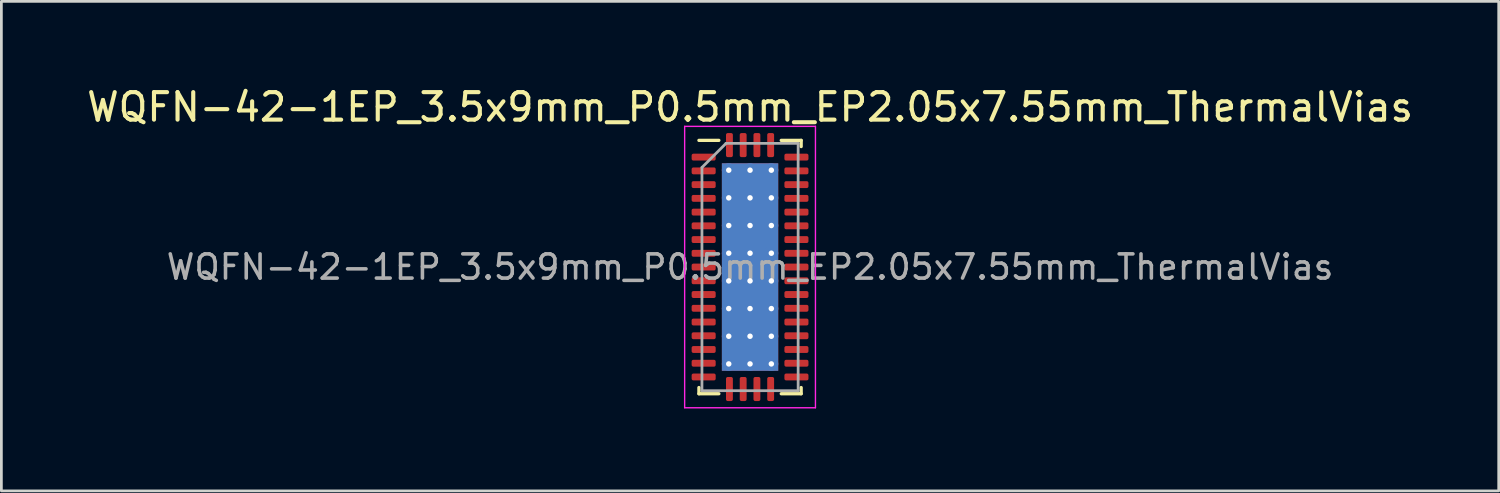
<source format=kicad_pcb>
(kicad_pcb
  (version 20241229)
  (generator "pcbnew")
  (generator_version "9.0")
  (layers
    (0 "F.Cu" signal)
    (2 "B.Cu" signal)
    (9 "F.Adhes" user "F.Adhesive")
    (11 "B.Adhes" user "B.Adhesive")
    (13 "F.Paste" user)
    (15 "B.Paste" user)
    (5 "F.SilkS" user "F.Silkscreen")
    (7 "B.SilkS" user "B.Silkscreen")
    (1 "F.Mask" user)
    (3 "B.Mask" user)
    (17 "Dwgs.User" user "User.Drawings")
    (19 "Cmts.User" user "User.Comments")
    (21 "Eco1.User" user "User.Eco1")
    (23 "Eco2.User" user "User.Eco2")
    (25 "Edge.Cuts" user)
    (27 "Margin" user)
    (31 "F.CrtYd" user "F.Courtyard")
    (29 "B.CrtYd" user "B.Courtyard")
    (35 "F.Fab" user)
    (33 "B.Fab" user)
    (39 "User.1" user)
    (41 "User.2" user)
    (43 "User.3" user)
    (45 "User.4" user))
  (footprint "WQFN-42-1EP_3.5x9mm_P0.5mm_EP2.05x7.55mm_ThermalVias"
    (layer "F.Cu")
    (at 24.244 6.668)
    (property "Reference" "WQFN-42-1EP_3.5x9mm_P0.5mm_EP2.05x7.55mm_ThermalVias" (at 0 -5.82 0) (layer "F.SilkS") (effects (font (size 1 1) (thickness 0.15))))
    (attr smd)
    (fp_line (start -1.86 4.61) (end -1.86 4.385) (stroke (width 0.12) (type solid)) (layer "F.SilkS"))
    (fp_line (start -1.135 -4.61) (end -1.86 -4.61) (stroke (width 0.12) (type solid)) (layer "F.SilkS"))
    (fp_line (start -1.135 4.61) (end -1.86 4.61) (stroke (width 0.12) (type solid)) (layer "F.SilkS"))
    (fp_line (start 1.135 -4.61) (end 1.86 -4.61) (stroke (width 0.12) (type solid)) (layer "F.SilkS"))
    (fp_line (start 1.135 4.61) (end 1.86 4.61) (stroke (width 0.12) (type solid)) (layer "F.SilkS"))
    (fp_line (start 1.86 -4.61) (end 1.86 -4.385) (stroke (width 0.12) (type solid)) (layer "F.SilkS"))
    (fp_line (start 1.86 4.61) (end 1.86 4.385) (stroke (width 0.12) (type solid)) (layer "F.SilkS"))
    (fp_line (start -2.38 -5.12) (end -2.38 5.12) (stroke (width 0.05) (type solid)) (layer "F.CrtYd"))
    (fp_line (start -2.38 5.12) (end 2.38 5.12) (stroke (width 0.05) (type solid)) (layer "F.CrtYd"))
    (fp_line (start 2.38 -5.12) (end -2.38 -5.12) (stroke (width 0.05) (type solid)) (layer "F.CrtYd"))
    (fp_line (start 2.38 5.12) (end 2.38 -5.12) (stroke (width 0.05) (type solid)) (layer "F.CrtYd"))
    (fp_line (start -1.75 -3.625) (end -0.875 -4.5) (stroke (width 0.1) (type solid)) (layer "F.Fab"))
    (fp_line (start -1.75 4.5) (end -1.75 -3.625) (stroke (width 0.1) (type solid)) (layer "F.Fab"))
    (fp_line (start -0.875 -4.5) (end 1.75 -4.5) (stroke (width 0.1) (type solid)) (layer "F.Fab"))
    (fp_line (start 1.75 -4.5) (end 1.75 4.5) (stroke (width 0.1) (type solid)) (layer "F.Fab"))
    (fp_line (start 1.75 4.5) (end -1.75 4.5) (stroke (width 0.1) (type solid)) (layer "F.Fab"))
    (fp_text user "${REFERENCE}" (at 0 0 0) (layer "F.Fab") (effects (font (size 0.88 0.88) (thickness 0.13))))
    (pad "" smd roundrect (at -0.51 -3.24) (size 0.83 0.87) (layers "F.Paste") (roundrect_rratio 0.25))
    (pad "" smd roundrect (at -0.51 -2.16) (size 0.83 0.87) (layers "F.Paste") (roundrect_rratio 0.25))
    (pad "" smd roundrect (at -0.51 -1.08) (size 0.83 0.87) (layers "F.Paste") (roundrect_rratio 0.25))
    (pad "" smd roundrect (at -0.51 0) (size 0.83 0.87) (layers "F.Paste") (roundrect_rratio 0.25))
    (pad "" smd roundrect (at -0.51 1.08) (size 0.83 0.87) (layers "F.Paste") (roundrect_rratio 0.25))
    (pad "" smd roundrect (at -0.51 2.16) (size 0.83 0.87) (layers "F.Paste") (roundrect_rratio 0.25))
    (pad "" smd roundrect (at -0.51 3.24) (size 0.83 0.87) (layers "F.Paste") (roundrect_rratio 0.25))
    (pad "" smd roundrect (at 0.51 -3.24) (size 0.83 0.87) (layers "F.Paste") (roundrect_rratio 0.25))
    (pad "" smd roundrect (at 0.51 -2.16) (size 0.83 0.87) (layers "F.Paste") (roundrect_rratio 0.25))
    (pad "" smd roundrect (at 0.51 -1.08) (size 0.83 0.87) (layers "F.Paste") (roundrect_rratio 0.25))
    (pad "" smd roundrect (at 0.51 0) (size 0.83 0.87) (layers "F.Paste") (roundrect_rratio 0.25))
    (pad "" smd roundrect (at 0.51 1.08) (size 0.83 0.87) (layers "F.Paste") (roundrect_rratio 0.25))
    (pad "" smd roundrect (at 0.51 2.16) (size 0.83 0.87) (layers "F.Paste") (roundrect_rratio 0.25))
    (pad "" smd roundrect (at 0.51 3.24) (size 0.83 0.87) (layers "F.Paste") (roundrect_rratio 0.25))
    (pad "1" smd roundrect (at -1.688 -4) (size 0.875 0.25) (layers "F.Cu" "F.Mask" "F.Paste") (roundrect_rratio 0.25))
    (pad "2" smd roundrect (at -1.688 -3.5) (size 0.875 0.25) (layers "F.Cu" "F.Mask" "F.Paste") (roundrect_rratio 0.25))
    (pad "3" smd roundrect (at -1.688 -3) (size 0.875 0.25) (layers "F.Cu" "F.Mask" "F.Paste") (roundrect_rratio 0.25))
    (pad "4" smd roundrect (at -1.688 -2.5) (size 0.875 0.25) (layers "F.Cu" "F.Mask" "F.Paste") (roundrect_rratio 0.25))
    (pad "5" smd roundrect (at -1.688 -2) (size 0.875 0.25) (layers "F.Cu" "F.Mask" "F.Paste") (roundrect_rratio 0.25))
    (pad "6" smd roundrect (at -1.688 -1.5) (size 0.875 0.25) (layers "F.Cu" "F.Mask" "F.Paste") (roundrect_rratio 0.25))
    (pad "7" smd roundrect (at -1.688 -1) (size 0.875 0.25) (layers "F.Cu" "F.Mask" "F.Paste") (roundrect_rratio 0.25))
    (pad "8" smd roundrect (at -1.688 -0.5) (size 0.875 0.25) (layers "F.Cu" "F.Mask" "F.Paste") (roundrect_rratio 0.25))
    (pad "9" smd roundrect (at -1.688 0) (size 0.875 0.25) (layers "F.Cu" "F.Mask" "F.Paste") (roundrect_rratio 0.25))
    (pad "10" smd roundrect (at -1.688 0.5) (size 0.875 0.25) (layers "F.Cu" "F.Mask" "F.Paste") (roundrect_rratio 0.25))
    (pad "11" smd roundrect (at -1.688 1) (size 0.875 0.25) (layers "F.Cu" "F.Mask" "F.Paste") (roundrect_rratio 0.25))
    (pad "12" smd roundrect (at -1.688 1.5) (size 0.875 0.25) (layers "F.Cu" "F.Mask" "F.Paste") (roundrect_rratio 0.25))
    (pad "13" smd roundrect (at -1.688 2) (size 0.875 0.25) (layers "F.Cu" "F.Mask" "F.Paste") (roundrect_rratio 0.25))
    (pad "14" smd roundrect (at -1.688 2.5) (size 0.875 0.25) (layers "F.Cu" "F.Mask" "F.Paste") (roundrect_rratio 0.25))
    (pad "15" smd roundrect (at -1.688 3) (size 0.875 0.25) (layers "F.Cu" "F.Mask" "F.Paste") (roundrect_rratio 0.25))
    (pad "16" smd roundrect (at -1.688 3.5) (size 0.875 0.25) (layers "F.Cu" "F.Mask" "F.Paste") (roundrect_rratio 0.25))
    (pad "17" smd roundrect (at -1.688 4) (size 0.875 0.25) (layers "F.Cu" "F.Mask" "F.Paste") (roundrect_rratio 0.25))
    (pad "18" smd roundrect (at -0.75 4.438) (size 0.25 0.875) (layers "F.Cu" "F.Mask" "F.Paste") (roundrect_rratio 0.25))
    (pad "19" smd roundrect (at -0.25 4.438) (size 0.25 0.875) (layers "F.Cu" "F.Mask" "F.Paste") (roundrect_rratio 0.25))
    (pad "20" smd roundrect (at 0.25 4.438) (size 0.25 0.875) (layers "F.Cu" "F.Mask" "F.Paste") (roundrect_rratio 0.25))
    (pad "21" smd roundrect (at 0.75 4.438) (size 0.25 0.875) (layers "F.Cu" "F.Mask" "F.Paste") (roundrect_rratio 0.25))
    (pad "22" smd roundrect (at 1.688 4) (size 0.875 0.25) (layers "F.Cu" "F.Mask" "F.Paste") (roundrect_rratio 0.25))
    (pad "23" smd roundrect (at 1.688 3.5) (size 0.875 0.25) (layers "F.Cu" "F.Mask" "F.Paste") (roundrect_rratio 0.25))
    (pad "24" smd roundrect (at 1.688 3) (size 0.875 0.25) (layers "F.Cu" "F.Mask" "F.Paste") (roundrect_rratio 0.25))
    (pad "25" smd roundrect (at 1.688 2.5) (size 0.875 0.25) (layers "F.Cu" "F.Mask" "F.Paste") (roundrect_rratio 0.25))
    (pad "26" smd roundrect (at 1.688 2) (size 0.875 0.25) (layers "F.Cu" "F.Mask" "F.Paste") (roundrect_rratio 0.25))
    (pad "27" smd roundrect (at 1.688 1.5) (size 0.875 0.25) (layers "F.Cu" "F.Mask" "F.Paste") (roundrect_rratio 0.25))
    (pad "28" smd roundrect (at 1.688 1) (size 0.875 0.25) (layers "F.Cu" "F.Mask" "F.Paste") (roundrect_rratio 0.25))
    (pad "29" smd roundrect (at 1.688 0.5) (size 0.875 0.25) (layers "F.Cu" "F.Mask" "F.Paste") (roundrect_rratio 0.25))
    (pad "30" smd roundrect (at 1.688 0) (size 0.875 0.25) (layers "F.Cu" "F.Mask" "F.Paste") (roundrect_rratio 0.25))
    (pad "31" smd roundrect (at 1.688 -0.5) (size 0.875 0.25) (layers "F.Cu" "F.Mask" "F.Paste") (roundrect_rratio 0.25))
    (pad "32" smd roundrect (at 1.688 -1) (size 0.875 0.25) (layers "F.Cu" "F.Mask" "F.Paste") (roundrect_rratio 0.25))
    (pad "33" smd roundrect (at 1.688 -1.5) (size 0.875 0.25) (layers "F.Cu" "F.Mask" "F.Paste") (roundrect_rratio 0.25))
    (pad "34" smd roundrect (at 1.688 -2) (size 0.875 0.25) (layers "F.Cu" "F.Mask" "F.Paste") (roundrect_rratio 0.25))
    (pad "35" smd roundrect (at 1.688 -2.5) (size 0.875 0.25) (layers "F.Cu" "F.Mask" "F.Paste") (roundrect_rratio 0.25))
    (pad "36" smd roundrect (at 1.688 -3) (size 0.875 0.25) (layers "F.Cu" "F.Mask" "F.Paste") (roundrect_rratio 0.25))
    (pad "37" smd roundrect (at 1.688 -3.5) (size 0.875 0.25) (layers "F.Cu" "F.Mask" "F.Paste") (roundrect_rratio 0.25))
    (pad "38" smd roundrect (at 1.688 -4) (size 0.875 0.25) (layers "F.Cu" "F.Mask" "F.Paste") (roundrect_rratio 0.25))
    (pad "39" smd roundrect (at 0.75 -4.438) (size 0.25 0.875) (layers "F.Cu" "F.Mask" "F.Paste") (roundrect_rratio 0.25))
    (pad "40" smd roundrect (at 0.25 -4.438) (size 0.25 0.875) (layers "F.Cu" "F.Mask" "F.Paste") (roundrect_rratio 0.25))
    (pad "41" smd roundrect (at -0.25 -4.438) (size 0.25 0.875) (layers "F.Cu" "F.Mask" "F.Paste") (roundrect_rratio 0.25))
    (pad "42" smd roundrect (at -0.75 -4.438) (size 0.25 0.875) (layers "F.Cu" "F.Mask" "F.Paste") (roundrect_rratio 0.25))
    (pad "43" thru_hole circle (at -0.775 -3.525) (size 0.5 0.5) (drill 0.2) (layers "*.Cu"))
    (pad "43" thru_hole circle (at -0.775 -2.518) (size 0.5 0.5) (drill 0.2) (layers "*.Cu"))
    (pad "43" thru_hole circle (at -0.775 -1.511) (size 0.5 0.5) (drill 0.2) (layers "*.Cu"))
    (pad "43" thru_hole circle (at -0.775 -0.504) (size 0.5 0.5) (drill 0.2) (layers "*.Cu"))
    (pad "43" thru_hole circle (at -0.775 0.504) (size 0.5 0.5) (drill 0.2) (layers "*.Cu"))
    (pad "43" thru_hole circle (at -0.775 1.511) (size 0.5 0.5) (drill 0.2) (layers "*.Cu"))
    (pad "43" thru_hole circle (at -0.775 2.518) (size 0.5 0.5) (drill 0.2) (layers "*.Cu"))
    (pad "43" thru_hole circle (at -0.775 3.525) (size 0.5 0.5) (drill 0.2) (layers "*.Cu"))
    (pad "43" thru_hole circle (at 0 -3.525) (size 0.5 0.5) (drill 0.2) (layers "*.Cu"))
    (pad "43" thru_hole circle (at 0 -2.518) (size 0.5 0.5) (drill 0.2) (layers "*.Cu"))
    (pad "43" thru_hole circle (at 0 -1.511) (size 0.5 0.5) (drill 0.2) (layers "*.Cu"))
    (pad "43" thru_hole circle (at 0 -0.504) (size 0.5 0.5) (drill 0.2) (layers "*.Cu"))
    (pad "43" smd rect (at 0 0) (size 2.05 7.55) (layers "F.Cu" "F.Mask"))
    (pad "43" smd rect (at 0 0) (size 2.05 7.55) (layers "B.Cu"))
    (pad "43" thru_hole circle (at 0 0.504) (size 0.5 0.5) (drill 0.2) (layers "*.Cu"))
    (pad "43" thru_hole circle (at 0 1.511) (size 0.5 0.5) (drill 0.2) (layers "*.Cu"))
    (pad "43" thru_hole circle (at 0 2.518) (size 0.5 0.5) (drill 0.2) (layers "*.Cu"))
    (pad "43" thru_hole circle (at 0 3.525) (size 0.5 0.5) (drill 0.2) (layers "*.Cu"))
    (pad "43" thru_hole circle (at 0.775 -3.525) (size 0.5 0.5) (drill 0.2) (layers "*.Cu"))
    (pad "43" thru_hole circle (at 0.775 -2.518) (size 0.5 0.5) (drill 0.2) (layers "*.Cu"))
    (pad "43" thru_hole circle (at 0.775 -1.511) (size 0.5 0.5) (drill 0.2) (layers "*.Cu"))
    (pad "43" thru_hole circle (at 0.775 -0.504) (size 0.5 0.5) (drill 0.2) (layers "*.Cu"))
    (pad "43" thru_hole circle (at 0.775 0.504) (size 0.5 0.5) (drill 0.2) (layers "*.Cu"))
    (pad "43" thru_hole circle (at 0.775 1.511) (size 0.5 0.5) (drill 0.2) (layers "*.Cu"))
    (pad "43" thru_hole circle (at 0.775 2.518) (size 0.5 0.5) (drill 0.2) (layers "*.Cu"))
    (pad "43" thru_hole circle (at 0.775 3.525) (size 0.5 0.5) (drill 0.2) (layers "*.Cu")))
  (gr_rect
    (start -3 -3)
    (end 51.488 14.813)
    (stroke (width 0.1) (type default))
    (fill no)
    (layer "Edge.Cuts")))
</source>
